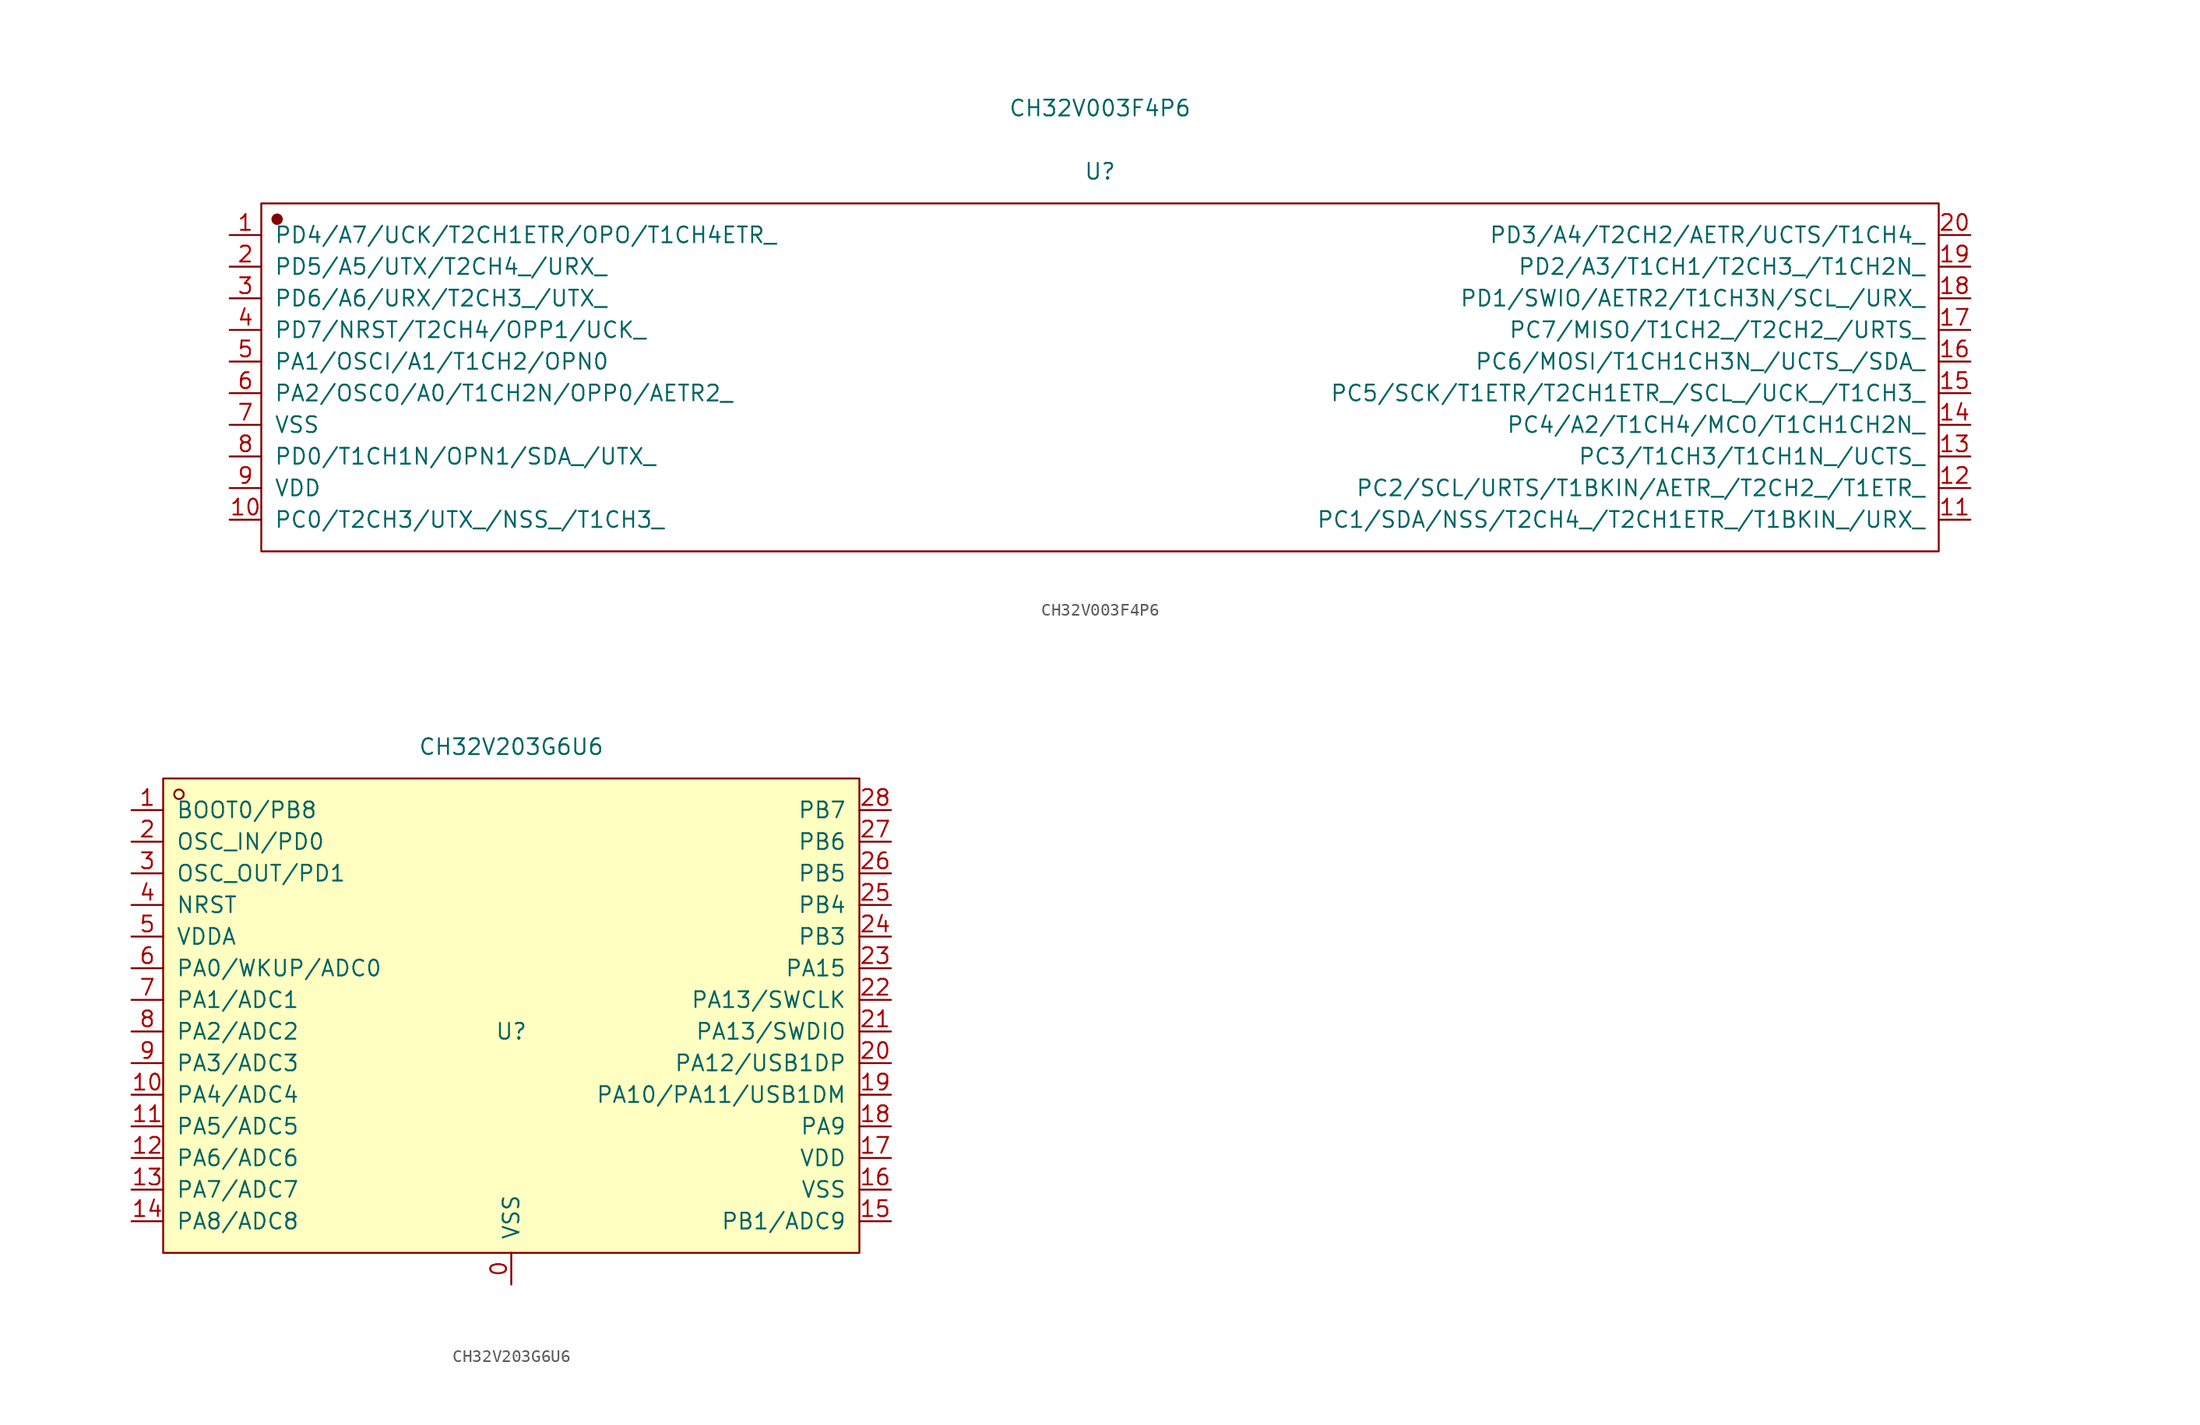
<source format=kicad_sym>
(kicad_symbol_lib
  (version 20211014)
  (generator kicad_symbol_editor)
  (symbol "CH32V003F4P6"
    (pin_names
      (offset 1.016))
    (property "Reference" "U"
      (at 0 16.535 0)
      (effects (font (size 1.27 1.27))))
    (property "Value" "CH32V003F4P6"
      (at 0 21.615 0)
      (effects (font (size 1.27 1.27))))
    (symbol "CH32V003F4P6_1_1"
      (rectangle (start -67.31 13.97) (end 67.31 -13.97) (stroke (width 0.152) (type default) (color 0 0 0 0)) (fill (type none)))
      (circle (center -66.04 12.7) (radius 0.381) (stroke (width 0.152) (type default) (color 0 0 0 0)) (fill (type outline)))
      (pin input line (at -69.85 11.43 0) (length 2.54) (name "PD4/A7/UCK/T2CH1ETR/OPO/T1CH4ETR_" (effects (font (size 1.27 1.27)))) (number "1" (effects (font (size 1.27 1.27)))))
      (pin input line (at -69.85 -11.43 0) (length 2.54) (name "PC0/T2CH3/UTX_/NSS_/T1CH3_" (effects (font (size 1.27 1.27)))) (number "10" (effects (font (size 1.27 1.27)))))
      (pin input line (at 69.85 -11.43 180) (length 2.54) (name "PC1/SDA/NSS/T2CH4_/T2CH1ETR_/T1BKIN_/URX_" (effects (font (size 1.27 1.27)))) (number "11" (effects (font (size 1.27 1.27)))))
      (pin input line (at 69.85 -8.89 180) (length 2.54) (name "PC2/SCL/URTS/T1BKIN/AETR_/T2CH2_/T1ETR_" (effects (font (size 1.27 1.27)))) (number "12" (effects (font (size 1.27 1.27)))))
      (pin input line (at 69.85 -6.35 180) (length 2.54) (name "PC3/T1CH3/T1CH1N_/UCTS_" (effects (font (size 1.27 1.27)))) (number "13" (effects (font (size 1.27 1.27)))))
      (pin input line (at 69.85 -3.81 180) (length 2.54) (name "PC4/A2/T1CH4/MCO/T1CH1CH2N_" (effects (font (size 1.27 1.27)))) (number "14" (effects (font (size 1.27 1.27)))))
      (pin input line (at 69.85 -1.27 180) (length 2.54) (name "PC5/SCK/T1ETR/T2CH1ETR_/SCL_/UCK_/T1CH3_" (effects (font (size 1.27 1.27)))) (number "15" (effects (font (size 1.27 1.27)))))
      (pin input line (at 69.85 1.27 180) (length 2.54) (name "PC6/MOSI/T1CH1CH3N_/UCTS_/SDA_" (effects (font (size 1.27 1.27)))) (number "16" (effects (font (size 1.27 1.27)))))
      (pin input line (at 69.85 3.81 180) (length 2.54) (name "PC7/MISO/T1CH2_/T2CH2_/URTS_" (effects (font (size 1.27 1.27)))) (number "17" (effects (font (size 1.27 1.27)))))
      (pin input line (at 69.85 6.35 180) (length 2.54) (name "PD1/SWIO/AETR2/T1CH3N/SCL_/URX_" (effects (font (size 1.27 1.27)))) (number "18" (effects (font (size 1.27 1.27)))))
      (pin input line (at 69.85 8.89 180) (length 2.54) (name "PD2/A3/T1CH1/T2CH3_/T1CH2N_" (effects (font (size 1.27 1.27)))) (number "19" (effects (font (size 1.27 1.27)))))
      (pin input line (at -69.85 8.89 0) (length 2.54) (name "PD5/A5/UTX/T2CH4_/URX_" (effects (font (size 1.27 1.27)))) (number "2" (effects (font (size 1.27 1.27)))))
      (pin input line (at 69.85 11.43 180) (length 2.54) (name "PD3/A4/T2CH2/AETR/UCTS/T1CH4_" (effects (font (size 1.27 1.27)))) (number "20" (effects (font (size 1.27 1.27)))))
      (pin input line (at -69.85 6.35 0) (length 2.54) (name "PD6/A6/URX/T2CH3_/UTX_" (effects (font (size 1.27 1.27)))) (number "3" (effects (font (size 1.27 1.27)))))
      (pin input line (at -69.85 3.81 0) (length 2.54) (name "PD7/NRST/T2CH4/OPP1/UCK_" (effects (font (size 1.27 1.27)))) (number "4" (effects (font (size 1.27 1.27)))))
      (pin input line (at -69.85 1.27 0) (length 2.54) (name "PA1/OSCI/A1/T1CH2/OPN0" (effects (font (size 1.27 1.27)))) (number "5" (effects (font (size 1.27 1.27)))))
      (pin input line (at -69.85 -1.27 0) (length 2.54) (name "PA2/OSCO/A0/T1CH2N/OPP0/AETR2_" (effects (font (size 1.27 1.27)))) (number "6" (effects (font (size 1.27 1.27)))))
      (pin input line (at -69.85 -3.81 0) (length 2.54) (name "VSS" (effects (font (size 1.27 1.27)))) (number "7" (effects (font (size 1.27 1.27)))))
      (pin input line (at -69.85 -6.35 0) (length 2.54) (name "PD0/T1CH1N/OPN1/SDA_/UTX_" (effects (font (size 1.27 1.27)))) (number "8" (effects (font (size 1.27 1.27)))))
      (pin input line (at -69.85 -8.89 0) (length 2.54) (name "VDD" (effects (font (size 1.27 1.27)))) (number "9" (effects (font (size 1.27 1.27)))))))
  (symbol "CH32V203G6U6"
    (pin_names
      (offset 1.016))
    (property "Reference" "U"
      (at 0 0 0)
      (effects (font (size 1.27 1.27))))
    (property "Value" "CH32V203G6U6"
      (at 0 22.86 0)
      (effects (font (size 1.27 1.27))))
    (symbol "CH32V203G6U6_1_1"
      (rectangle (start -27.94 20.32) (end 27.94 -17.78) (stroke (width 0) (type default) (color 0 0 0 0)) (fill (type background)))
      (circle (center -26.67 19.05) (radius 0.381) (stroke (width 0) (type default) (color 0 0 0 0)) (fill (type none)))
      (pin input line (at 0 -20.32 90) (length 2.54) (name "VSS" (effects (font (size 1.27 1.27)))) (number "0" (effects (font (size 1.27 1.27)))))
      (pin input line (at -30.48 17.78 0) (length 2.54) (name "BOOT0/PB8" (effects (font (size 1.27 1.27)))) (number "1" (effects (font (size 1.27 1.27)))))
      (pin input line (at -30.48 -5.08 0) (length 2.54) (name "PA4/ADC4" (effects (font (size 1.27 1.27)))) (number "10" (effects (font (size 1.27 1.27)))))
      (pin input line (at -30.48 -7.62 0) (length 2.54) (name "PA5/ADC5" (effects (font (size 1.27 1.27)))) (number "11" (effects (font (size 1.27 1.27)))))
      (pin input line (at -30.48 -10.16 0) (length 2.54) (name "PA6/ADC6" (effects (font (size 1.27 1.27)))) (number "12" (effects (font (size 1.27 1.27)))))
      (pin input line (at -30.48 -12.7 0) (length 2.54) (name "PA7/ADC7" (effects (font (size 1.27 1.27)))) (number "13" (effects (font (size 1.27 1.27)))))
      (pin input line (at -30.48 -15.24 0) (length 2.54) (name "PA8/ADC8" (effects (font (size 1.27 1.27)))) (number "14" (effects (font (size 1.27 1.27)))))
      (pin input line (at 30.48 -15.24 180) (length 2.54) (name "PB1/ADC9" (effects (font (size 1.27 1.27)))) (number "15" (effects (font (size 1.27 1.27)))))
      (pin input line (at 30.48 -12.7 180) (length 2.54) (name "VSS" (effects (font (size 1.27 1.27)))) (number "16" (effects (font (size 1.27 1.27)))))
      (pin input line (at 30.48 -10.16 180) (length 2.54) (name "VDD" (effects (font (size 1.27 1.27)))) (number "17" (effects (font (size 1.27 1.27)))))
      (pin input line (at 30.48 -7.62 180) (length 2.54) (name "PA9" (effects (font (size 1.27 1.27)))) (number "18" (effects (font (size 1.27 1.27)))))
      (pin input line (at 30.48 -5.08 180) (length 2.54) (name "PA10/PA11/USB1DM" (effects (font (size 1.27 1.27)))) (number "19" (effects (font (size 1.27 1.27)))))
      (pin input line (at -30.48 15.24 0) (length 2.54) (name "OSC_IN/PD0" (effects (font (size 1.27 1.27)))) (number "2" (effects (font (size 1.27 1.27)))))
      (pin input line (at 30.48 -2.54 180) (length 2.54) (name "PA12/USB1DP" (effects (font (size 1.27 1.27)))) (number "20" (effects (font (size 1.27 1.27)))))
      (pin input line (at 30.48 0 180) (length 2.54) (name "PA13/SWDIO" (effects (font (size 1.27 1.27)))) (number "21" (effects (font (size 1.27 1.27)))))
      (pin input line (at 30.48 2.54 180) (length 2.54) (name "PA13/SWCLK" (effects (font (size 1.27 1.27)))) (number "22" (effects (font (size 1.27 1.27)))))
      (pin input line (at 30.48 5.08 180) (length 2.54) (name "PA15" (effects (font (size 1.27 1.27)))) (number "23" (effects (font (size 1.27 1.27)))))
      (pin input line (at 30.48 7.62 180) (length 2.54) (name "PB3" (effects (font (size 1.27 1.27)))) (number "24" (effects (font (size 1.27 1.27)))))
      (pin input line (at 30.48 10.16 180) (length 2.54) (name "PB4" (effects (font (size 1.27 1.27)))) (number "25" (effects (font (size 1.27 1.27)))))
      (pin input line (at 30.48 12.7 180) (length 2.54) (name "PB5" (effects (font (size 1.27 1.27)))) (number "26" (effects (font (size 1.27 1.27)))))
      (pin input line (at 30.48 15.24 180) (length 2.54) (name "PB6" (effects (font (size 1.27 1.27)))) (number "27" (effects (font (size 1.27 1.27)))))
      (pin input line (at 30.48 17.78 180) (length 2.54) (name "PB7" (effects (font (size 1.27 1.27)))) (number "28" (effects (font (size 1.27 1.27)))))
      (pin input line (at -30.48 12.7 0) (length 2.54) (name "OSC_OUT/PD1" (effects (font (size 1.27 1.27)))) (number "3" (effects (font (size 1.27 1.27)))))
      (pin input line (at -30.48 10.16 0) (length 2.54) (name "NRST" (effects (font (size 1.27 1.27)))) (number "4" (effects (font (size 1.27 1.27)))))
      (pin input line (at -30.48 7.62 0) (length 2.54) (name "VDDA" (effects (font (size 1.27 1.27)))) (number "5" (effects (font (size 1.27 1.27)))))
      (pin input line (at -30.48 5.08 0) (length 2.54) (name "PA0/WKUP/ADC0" (effects (font (size 1.27 1.27)))) (number "6" (effects (font (size 1.27 1.27)))))
      (pin input line (at -30.48 2.54 0) (length 2.54) (name "PA1/ADC1" (effects (font (size 1.27 1.27)))) (number "7" (effects (font (size 1.27 1.27)))))
      (pin input line (at -30.48 0 0) (length 2.54) (name "PA2/ADC2" (effects (font (size 1.27 1.27)))) (number "8" (effects (font (size 1.27 1.27)))))
      (pin input line (at -30.48 -2.54 0) (length 2.54) (name "PA3/ADC3" (effects (font (size 1.27 1.27)))) (number "9" (effects (font (size 1.27 1.27))))))))
</source>
